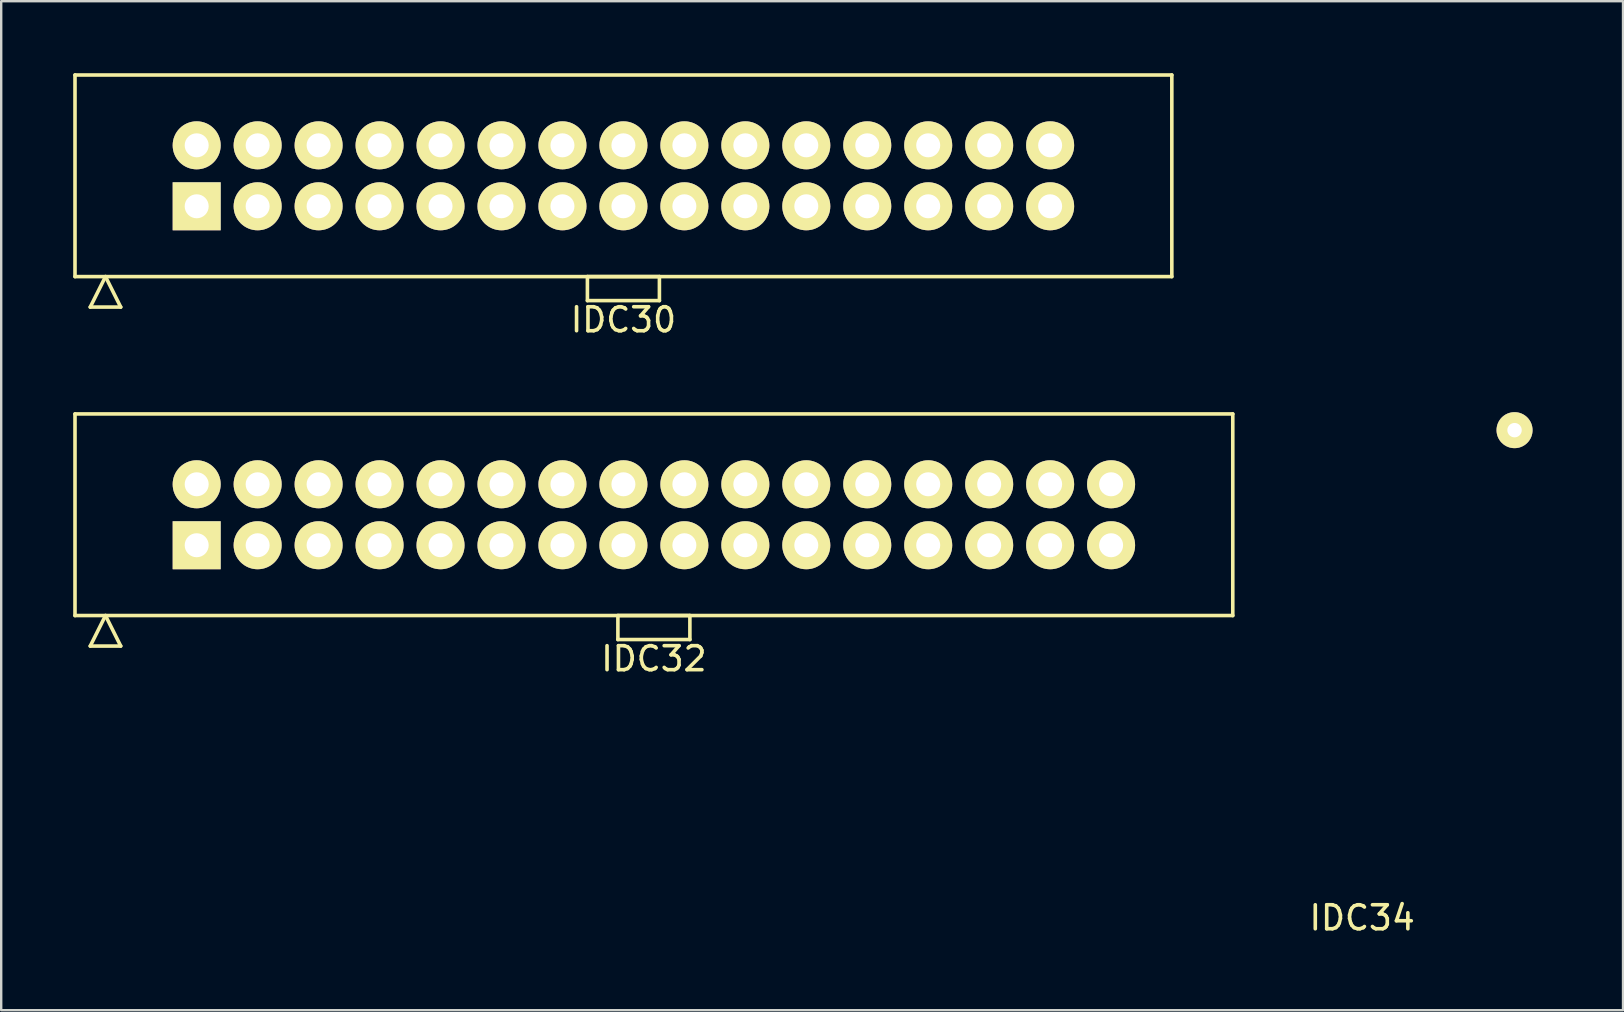
<source format=kicad_pcb>
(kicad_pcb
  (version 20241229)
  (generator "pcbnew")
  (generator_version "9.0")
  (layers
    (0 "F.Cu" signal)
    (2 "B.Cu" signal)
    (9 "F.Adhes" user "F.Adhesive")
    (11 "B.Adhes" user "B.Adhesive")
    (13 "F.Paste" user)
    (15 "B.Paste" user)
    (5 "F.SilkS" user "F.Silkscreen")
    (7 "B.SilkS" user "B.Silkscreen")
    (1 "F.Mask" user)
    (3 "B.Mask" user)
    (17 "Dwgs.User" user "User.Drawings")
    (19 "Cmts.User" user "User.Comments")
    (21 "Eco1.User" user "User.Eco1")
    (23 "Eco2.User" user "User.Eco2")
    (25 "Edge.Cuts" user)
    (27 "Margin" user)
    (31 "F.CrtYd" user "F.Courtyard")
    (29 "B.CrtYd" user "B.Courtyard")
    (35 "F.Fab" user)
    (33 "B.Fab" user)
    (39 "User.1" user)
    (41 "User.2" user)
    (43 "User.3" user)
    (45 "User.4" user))
  (footprint "IDC32"
    (layer "F.Cu")
    (at 24.195 18.398)
    (property "Reference" "IDC32" (at 0 6 0) (layer "F.SilkS") (effects (font (size 1 1) (thickness 0.15))))
    (attr through_hole)
    (fp_line (start -24.12 -4.2) (end -24.12 4.2) (stroke (width 0.15) (type solid)) (layer "F.SilkS"))
    (fp_line (start -24.12 4.2) (end 24.12 4.2) (stroke (width 0.15) (type solid)) (layer "F.SilkS"))
    (fp_line (start -23.485 5.47) (end -22.85 4.2) (stroke (width 0.15) (type solid)) (layer "F.SilkS"))
    (fp_line (start -23.485 5.47) (end -22.215 5.47) (stroke (width 0.15) (type solid)) (layer "F.SilkS"))
    (fp_line (start -22.215 5.47) (end -22.85 4.2) (stroke (width 0.15) (type solid)) (layer "F.SilkS"))
    (fp_line (start -1.5 4.2) (end -1.5 5.2) (stroke (width 0.15) (type solid)) (layer "F.SilkS"))
    (fp_line (start -1.5 5.2) (end 1.5 5.2) (stroke (width 0.15) (type solid)) (layer "F.SilkS"))
    (fp_line (start 1.5 4.2) (end -1.5 4.2) (stroke (width 0.15) (type solid)) (layer "F.SilkS"))
    (fp_line (start 1.5 5.2) (end 1.5 4.2) (stroke (width 0.15) (type solid)) (layer "F.SilkS"))
    (fp_line (start 24.12 -4.2) (end -24.12 -4.2) (stroke (width 0.15) (type solid)) (layer "F.SilkS"))
    (fp_line (start 24.12 4.2) (end 24.12 -4.2) (stroke (width 0.15) (type solid)) (layer "F.SilkS"))
    (pad "1" thru_hole rect (at -19.05 1.27) (size 2 2) (drill 1) (layers "*.Cu" "*.Mask" "F.SilkS"))
    (pad "2" thru_hole circle (at -19.05 -1.27) (size 2 2) (drill 1) (layers "*.Cu" "*.Mask" "F.SilkS"))
    (pad "3" thru_hole circle (at -16.51 1.27) (size 2 2) (drill 1) (layers "*.Cu" "*.Mask" "F.SilkS"))
    (pad "4" thru_hole circle (at -16.51 -1.27) (size 2 2) (drill 1) (layers "*.Cu" "*.Mask" "F.SilkS"))
    (pad "5" thru_hole circle (at -13.97 1.27) (size 2 2) (drill 1) (layers "*.Cu" "*.Mask" "F.SilkS"))
    (pad "6" thru_hole circle (at -13.97 -1.27) (size 2 2) (drill 1) (layers "*.Cu" "*.Mask" "F.SilkS"))
    (pad "7" thru_hole circle (at -11.43 1.27) (size 2 2) (drill 1) (layers "*.Cu" "*.Mask" "F.SilkS"))
    (pad "8" thru_hole circle (at -11.43 -1.27) (size 2 2) (drill 1) (layers "*.Cu" "*.Mask" "F.SilkS"))
    (pad "9" thru_hole circle (at -8.89 1.27) (size 2 2) (drill 1) (layers "*.Cu" "*.Mask" "F.SilkS"))
    (pad "10" thru_hole circle (at -8.89 -1.27) (size 2 2) (drill 1) (layers "*.Cu" "*.Mask" "F.SilkS"))
    (pad "11" thru_hole circle (at -6.35 1.27) (size 2 2) (drill 1) (layers "*.Cu" "*.Mask" "F.SilkS"))
    (pad "12" thru_hole circle (at -6.35 -1.27) (size 2 2) (drill 1) (layers "*.Cu" "*.Mask" "F.SilkS"))
    (pad "13" thru_hole circle (at -3.81 1.27) (size 2 2) (drill 1) (layers "*.Cu" "*.Mask" "F.SilkS"))
    (pad "14" thru_hole circle (at -3.81 -1.27) (size 2 2) (drill 1) (layers "*.Cu" "*.Mask" "F.SilkS"))
    (pad "15" thru_hole circle (at -1.27 1.27) (size 2 2) (drill 1) (layers "*.Cu" "*.Mask" "F.SilkS"))
    (pad "16" thru_hole circle (at -1.27 -1.27) (size 2 2) (drill 1) (layers "*.Cu" "*.Mask" "F.SilkS"))
    (pad "17" thru_hole circle (at 1.27 1.27) (size 2 2) (drill 1) (layers "*.Cu" "*.Mask" "F.SilkS"))
    (pad "18" thru_hole circle (at 1.27 -1.27) (size 2 2) (drill 1) (layers "*.Cu" "*.Mask" "F.SilkS"))
    (pad "19" thru_hole circle (at 3.81 1.27) (size 2 2) (drill 1) (layers "*.Cu" "*.Mask" "F.SilkS"))
    (pad "20" thru_hole circle (at 3.81 -1.27) (size 2 2) (drill 1) (layers "*.Cu" "*.Mask" "F.SilkS"))
    (pad "21" thru_hole circle (at 6.35 1.27) (size 2 2) (drill 1) (layers "*.Cu" "*.Mask" "F.SilkS"))
    (pad "22" thru_hole circle (at 6.35 -1.27) (size 2 2) (drill 1) (layers "*.Cu" "*.Mask" "F.SilkS"))
    (pad "23" thru_hole circle (at 8.89 1.27) (size 2 2) (drill 1) (layers "*.Cu" "*.Mask" "F.SilkS"))
    (pad "24" thru_hole circle (at 8.89 -1.27) (size 2 2) (drill 1) (layers "*.Cu" "*.Mask" "F.SilkS"))
    (pad "25" thru_hole circle (at 11.43 1.27) (size 2 2) (drill 1) (layers "*.Cu" "*.Mask" "F.SilkS"))
    (pad "26" thru_hole circle (at 11.43 -1.27) (size 2 2) (drill 1) (layers "*.Cu" "*.Mask" "F.SilkS"))
    (pad "27" thru_hole circle (at 13.97 1.27) (size 2 2) (drill 1) (layers "*.Cu" "*.Mask" "F.SilkS"))
    (pad "28" thru_hole circle (at 13.97 -1.27) (size 2 2) (drill 1) (layers "*.Cu" "*.Mask" "F.SilkS"))
    (pad "29" thru_hole circle (at 16.51 1.27) (size 2 2) (drill 1) (layers "*.Cu" "*.Mask" "F.SilkS"))
    (pad "30" thru_hole circle (at 16.51 -1.27) (size 2 2) (drill 1) (layers "*.Cu" "*.Mask" "F.SilkS"))
    (pad "31" thru_hole circle (at 19.05 1.27) (size 2 2) (drill 1) (layers "*.Cu" "*.Mask" "F.SilkS"))
    (pad "32" thru_hole circle (at 19.05 -1.27) (size 2 2) (drill 1) (layers "*.Cu" "*.Mask" "F.SilkS")))
  (footprint "IDC34"
    (layer "F.Cu")
    (at 61.325 30.113)
    (property "Reference" "IDC34" (at -7.62 5.08 0) (layer "F.SilkS") (effects (font (size 1 1) (thickness 0.15))))
    (attr through_hole)
    (pad "1" thru_hole circle (at -1.27 -15.24) (size 1.5 1.5) (drill 0.6) (layers "*.Cu" "*.Mask" "F.SilkS")))
  (footprint "IDC30"
    (layer "F.Cu")
    (at 22.925 4.275)
    (property "Reference" "IDC30" (at 0 6 0) (layer "F.SilkS") (effects (font (size 1 1) (thickness 0.15))))
    (attr through_hole)
    (fp_line (start -22.85 -4.2) (end -22.85 4.2) (stroke (width 0.15) (type solid)) (layer "F.SilkS"))
    (fp_line (start -22.85 4.2) (end 22.85 4.2) (stroke (width 0.15) (type solid)) (layer "F.SilkS"))
    (fp_line (start -22.215 5.47) (end -21.58 4.2) (stroke (width 0.15) (type solid)) (layer "F.SilkS"))
    (fp_line (start -22.215 5.47) (end -20.945 5.47) (stroke (width 0.15) (type solid)) (layer "F.SilkS"))
    (fp_line (start -20.945 5.47) (end -21.58 4.2) (stroke (width 0.15) (type solid)) (layer "F.SilkS"))
    (fp_line (start -1.5 4.2) (end -1.5 5.2) (stroke (width 0.15) (type solid)) (layer "F.SilkS"))
    (fp_line (start -1.5 5.2) (end 1.5 5.2) (stroke (width 0.15) (type solid)) (layer "F.SilkS"))
    (fp_line (start 1.5 4.2) (end -1.5 4.2) (stroke (width 0.15) (type solid)) (layer "F.SilkS"))
    (fp_line (start 1.5 5.2) (end 1.5 4.2) (stroke (width 0.15) (type solid)) (layer "F.SilkS"))
    (fp_line (start 22.85 -4.2) (end -22.85 -4.2) (stroke (width 0.15) (type solid)) (layer "F.SilkS"))
    (fp_line (start 22.85 4.2) (end 22.85 -4.2) (stroke (width 0.15) (type solid)) (layer "F.SilkS"))
    (pad "1" thru_hole rect (at -17.78 1.27) (size 2 2) (drill 1) (layers "*.Cu" "*.Mask" "F.SilkS"))
    (pad "2" thru_hole circle (at -17.78 -1.27) (size 2 2) (drill 1) (layers "*.Cu" "*.Mask" "F.SilkS"))
    (pad "3" thru_hole circle (at -15.24 1.27) (size 2 2) (drill 1) (layers "*.Cu" "*.Mask" "F.SilkS"))
    (pad "4" thru_hole circle (at -15.24 -1.27) (size 2 2) (drill 1) (layers "*.Cu" "*.Mask" "F.SilkS"))
    (pad "5" thru_hole circle (at -12.7 1.27) (size 2 2) (drill 1) (layers "*.Cu" "*.Mask" "F.SilkS"))
    (pad "6" thru_hole circle (at -12.7 -1.27) (size 2 2) (drill 1) (layers "*.Cu" "*.Mask" "F.SilkS"))
    (pad "7" thru_hole circle (at -10.16 1.27) (size 2 2) (drill 1) (layers "*.Cu" "*.Mask" "F.SilkS"))
    (pad "8" thru_hole circle (at -10.16 -1.27) (size 2 2) (drill 1) (layers "*.Cu" "*.Mask" "F.SilkS"))
    (pad "9" thru_hole circle (at -7.62 1.27) (size 2 2) (drill 1) (layers "*.Cu" "*.Mask" "F.SilkS"))
    (pad "10" thru_hole circle (at -7.62 -1.27) (size 2 2) (drill 1) (layers "*.Cu" "*.Mask" "F.SilkS"))
    (pad "11" thru_hole circle (at -5.08 1.27) (size 2 2) (drill 1) (layers "*.Cu" "*.Mask" "F.SilkS"))
    (pad "12" thru_hole circle (at -5.08 -1.27) (size 2 2) (drill 1) (layers "*.Cu" "*.Mask" "F.SilkS"))
    (pad "13" thru_hole circle (at -2.54 1.27) (size 2 2) (drill 1) (layers "*.Cu" "*.Mask" "F.SilkS"))
    (pad "14" thru_hole circle (at -2.54 -1.27) (size 2 2) (drill 1) (layers "*.Cu" "*.Mask" "F.SilkS"))
    (pad "15" thru_hole circle (at 0 1.27) (size 2 2) (drill 1) (layers "*.Cu" "*.Mask" "F.SilkS"))
    (pad "16" thru_hole circle (at 0 -1.27) (size 2 2) (drill 1) (layers "*.Cu" "*.Mask" "F.SilkS"))
    (pad "17" thru_hole circle (at 2.54 1.27) (size 2 2) (drill 1) (layers "*.Cu" "*.Mask" "F.SilkS"))
    (pad "18" thru_hole circle (at 2.54 -1.27) (size 2 2) (drill 1) (layers "*.Cu" "*.Mask" "F.SilkS"))
    (pad "19" thru_hole circle (at 5.08 1.27) (size 2 2) (drill 1) (layers "*.Cu" "*.Mask" "F.SilkS"))
    (pad "20" thru_hole circle (at 5.08 -1.27) (size 2 2) (drill 1) (layers "*.Cu" "*.Mask" "F.SilkS"))
    (pad "21" thru_hole circle (at 7.62 1.27) (size 2 2) (drill 1) (layers "*.Cu" "*.Mask" "F.SilkS"))
    (pad "22" thru_hole circle (at 7.62 -1.27) (size 2 2) (drill 1) (layers "*.Cu" "*.Mask" "F.SilkS"))
    (pad "23" thru_hole circle (at 10.16 1.27) (size 2 2) (drill 1) (layers "*.Cu" "*.Mask" "F.SilkS"))
    (pad "24" thru_hole circle (at 10.16 -1.27) (size 2 2) (drill 1) (layers "*.Cu" "*.Mask" "F.SilkS"))
    (pad "25" thru_hole circle (at 12.7 1.27) (size 2 2) (drill 1) (layers "*.Cu" "*.Mask" "F.SilkS"))
    (pad "26" thru_hole circle (at 12.7 -1.27) (size 2 2) (drill 1) (layers "*.Cu" "*.Mask" "F.SilkS"))
    (pad "27" thru_hole circle (at 15.24 1.27) (size 2 2) (drill 1) (layers "*.Cu" "*.Mask" "F.SilkS"))
    (pad "28" thru_hole circle (at 15.24 -1.27) (size 2 2) (drill 1) (layers "*.Cu" "*.Mask" "F.SilkS"))
    (pad "29" thru_hole circle (at 17.78 1.27) (size 2 2) (drill 1) (layers "*.Cu" "*.Mask" "F.SilkS"))
    (pad "30" thru_hole circle (at 17.78 -1.27) (size 2 2) (drill 1) (layers "*.Cu" "*.Mask" "F.SilkS")))
  (gr_rect
    (start -3 -3)
    (end 64.575 39.041)
    (stroke (width 0.1) (type default))
    (fill no)
    (layer "Edge.Cuts")))
</source>
